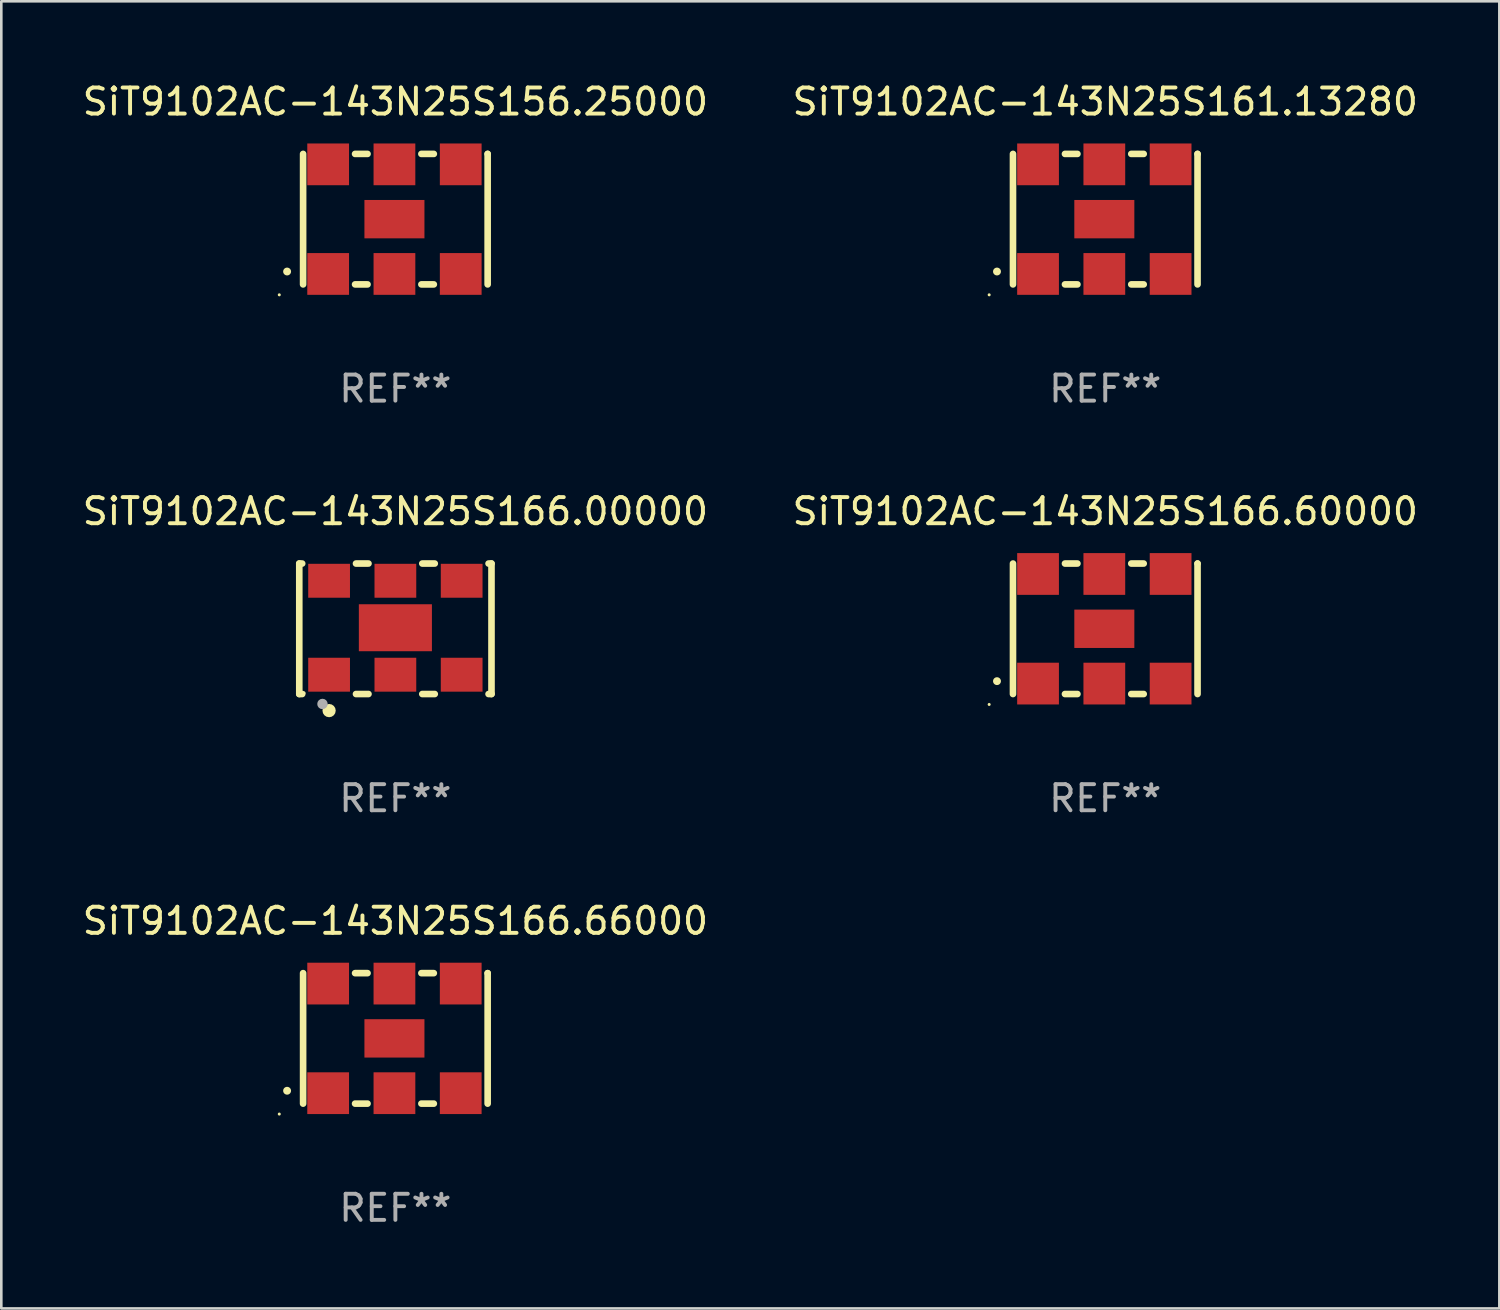
<source format=kicad_pcb>
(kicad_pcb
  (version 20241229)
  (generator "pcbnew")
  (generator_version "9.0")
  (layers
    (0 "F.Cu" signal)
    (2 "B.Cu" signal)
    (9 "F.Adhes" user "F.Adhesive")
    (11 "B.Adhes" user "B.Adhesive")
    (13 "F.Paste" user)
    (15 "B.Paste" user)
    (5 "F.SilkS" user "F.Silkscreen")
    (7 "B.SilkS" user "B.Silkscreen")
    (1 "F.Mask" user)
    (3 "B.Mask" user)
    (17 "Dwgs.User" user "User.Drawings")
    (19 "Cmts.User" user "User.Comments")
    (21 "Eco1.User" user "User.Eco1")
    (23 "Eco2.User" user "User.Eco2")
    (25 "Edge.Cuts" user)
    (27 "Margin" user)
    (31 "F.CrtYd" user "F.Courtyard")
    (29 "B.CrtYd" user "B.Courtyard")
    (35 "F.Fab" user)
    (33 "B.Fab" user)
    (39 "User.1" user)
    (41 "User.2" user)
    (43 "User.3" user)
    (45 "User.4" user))
  (footprint "SiT9102AC-143N25S161.13280"
    (layer "F.Cu")
    (at 39.304 5.348)
    (property "Reference" "SiT9102AC-143N25S161.13280" (at 0 -4.5 0) (layer "F.SilkS") (effects (font (size 1 1) (thickness 0.15))))
    (attr through_hole)
    (fp_line (start -3.536 -2.5) (end -3.536 2.5) (stroke (width 0.254) (type solid)) (layer "F.SilkS"))
    (fp_line (start -1.544 2.5) (end -1.067 2.5) (stroke (width 0.254) (type solid)) (layer "F.SilkS"))
    (fp_line (start -1.067 -2.5) (end -1.544 -2.5) (stroke (width 0.254) (type solid)) (layer "F.SilkS"))
    (fp_line (start 0.996 2.5) (end 1.473 2.5) (stroke (width 0.254) (type solid)) (layer "F.SilkS"))
    (fp_line (start 1.473 -2.5) (end 0.996 -2.5) (stroke (width 0.254) (type solid)) (layer "F.SilkS"))
    (fp_line (start 3.536 -2.5) (end 3.536 -2.5) (stroke (width 0.254) (type solid)) (layer "F.SilkS"))
    (fp_line (start 3.536 2.5) (end 3.536 -2.5) (stroke (width 0.254) (type solid)) (layer "F.SilkS"))
    (fp_arc (start -4.150432 2.006604) (mid -4.149162 2.006599) (end -4.147892 2.006604) (stroke (width 0.3) (type solid)) (layer "F.SilkS"))
    (fp_circle (center -4.449 2.9) (end -4.419 2.9) (stroke (width 0.06) (type solid)) (fill no) (layer "F.SilkS"))
    (fp_text user "REF**" (at 0 6.5 0) (layer "F.Fab") (effects (font (size 1 1) (thickness 0.15))))
    (pad "1" smd rect (at -2.576 2.1) (size 1.6 1.6) (layers "F.Cu" "F.Mask" "F.Paste"))
    (pad "2" smd rect (at -0.036 2.1) (size 1.6 1.6) (layers "F.Cu" "F.Mask" "F.Paste"))
    (pad "3" smd rect (at 2.504 2.1) (size 1.6 1.6) (layers "F.Cu" "F.Mask" "F.Paste"))
    (pad "4" smd rect (at 2.504 -2.1) (size 1.6 1.6) (layers "F.Cu" "F.Mask" "F.Paste"))
    (pad "5" smd rect (at -0.036 -2.1) (size 1.6 1.6) (layers "F.Cu" "F.Mask" "F.Paste"))
    (pad "6" smd rect (at -2.576 -2.1) (size 1.6 1.6) (layers "F.Cu" "F.Mask" "F.Paste"))
    (pad "7" smd rect (at -0.036 0) (size 2.3 1.47) (layers "F.Cu" "F.Mask" "F.Paste")))
  (footprint "SiT9102AC-143N25S166.00000"
    (layer "F.Cu")
    (at 12.101 21.045)
    (property "Reference" "SiT9102AC-143N25S166.00000" (at 0 -4.5 0) (layer "F.SilkS") (effects (font (size 1 1) (thickness 0.15))))
    (attr through_hole)
    (fp_line (start -3.683 -2.5) (end -3.571 -2.5) (stroke (width 0.254) (type solid)) (layer "F.SilkS"))
    (fp_line (start -3.683 2.5) (end -3.683 -2.5) (stroke (width 0.254) (type solid)) (layer "F.SilkS"))
    (fp_line (start -3.683 2.5) (end -3.571 2.5) (stroke (width 0.254) (type solid)) (layer "F.SilkS"))
    (fp_line (start -1.509 -2.5) (end -1.031 -2.5) (stroke (width 0.254) (type solid)) (layer "F.SilkS"))
    (fp_line (start -1.509 2.5) (end -1.031 2.5) (stroke (width 0.254) (type solid)) (layer "F.SilkS"))
    (fp_line (start 1.031 -2.5) (end 1.509 -2.5) (stroke (width 0.254) (type solid)) (layer "F.SilkS"))
    (fp_line (start 1.031 2.5) (end 1.509 2.5) (stroke (width 0.254) (type solid)) (layer "F.SilkS"))
    (fp_line (start 3.571 -2.5) (end 3.683 -2.5) (stroke (width 0.254) (type solid)) (layer "F.SilkS"))
    (fp_line (start 3.571 2.5) (end 3.683 2.5) (stroke (width 0.254) (type solid)) (layer "F.SilkS"))
    (fp_line (start 3.683 2.5) (end 3.683 -2.5) (stroke (width 0.254) (type solid)) (layer "F.SilkS"))
    (fp_circle (center -3.5 2.46) (end -3.47 2.46) (stroke (width 0.06) (type solid)) (fill no) (layer "F.SilkS"))
    (fp_circle (center -2.54 3.135) (end -2.413 3.135) (stroke (width 0.254) (type solid)) (fill no) (layer "F.SilkS"))
    (fp_circle (center -2.794 2.881) (end -2.694 2.881) (stroke (width 0.2) (type solid)) (fill no) (layer "F.Fab"))
    (fp_text user "REF**" (at 0 6.5 0) (layer "F.Fab") (effects (font (size 1 1) (thickness 0.15))))
    (pad "1" smd rect (at -2.54 1.76) (size 1.6 1.3) (layers "F.Cu" "F.Mask" "F.Paste"))
    (pad "2" smd rect (at 0 1.76) (size 1.6 1.3) (layers "F.Cu" "F.Mask" "F.Paste"))
    (pad "3" smd rect (at 2.54 1.76) (size 1.6 1.3) (layers "F.Cu" "F.Mask" "F.Paste"))
    (pad "4" smd rect (at 2.54 -1.84) (size 1.6 1.3) (layers "F.Cu" "F.Mask" "F.Paste"))
    (pad "5" smd rect (at 0 -1.84) (size 1.6 1.3) (layers "F.Cu" "F.Mask" "F.Paste"))
    (pad "6" smd rect (at -2.54 -1.84) (size 1.6 1.3) (layers "F.Cu" "F.Mask" "F.Paste"))
    (pad "7" smd rect (at 0 -0.04) (size 2.8 1.8) (layers "F.Cu" "F.Mask" "F.Paste")))
  (footprint "SiT9102AC-143N25S166.66000"
    (layer "F.Cu")
    (at 12.101 36.741)
    (property "Reference" "SiT9102AC-143N25S166.66000" (at 0 -4.5 0) (layer "F.SilkS") (effects (font (size 1 1) (thickness 0.15))))
    (attr through_hole)
    (fp_line (start -3.536 -2.5) (end -3.536 2.5) (stroke (width 0.254) (type solid)) (layer "F.SilkS"))
    (fp_line (start -1.544 2.5) (end -1.067 2.5) (stroke (width 0.254) (type solid)) (layer "F.SilkS"))
    (fp_line (start -1.067 -2.5) (end -1.544 -2.5) (stroke (width 0.254) (type solid)) (layer "F.SilkS"))
    (fp_line (start 0.996 2.5) (end 1.473 2.5) (stroke (width 0.254) (type solid)) (layer "F.SilkS"))
    (fp_line (start 1.473 -2.5) (end 0.996 -2.5) (stroke (width 0.254) (type solid)) (layer "F.SilkS"))
    (fp_line (start 3.536 -2.5) (end 3.536 -2.5) (stroke (width 0.254) (type solid)) (layer "F.SilkS"))
    (fp_line (start 3.536 2.5) (end 3.536 -2.5) (stroke (width 0.254) (type solid)) (layer "F.SilkS"))
    (fp_arc (start -4.150432 2.006604) (mid -4.149162 2.006599) (end -4.147892 2.006604) (stroke (width 0.3) (type solid)) (layer "F.SilkS"))
    (fp_circle (center -4.449 2.9) (end -4.419 2.9) (stroke (width 0.06) (type solid)) (fill no) (layer "F.SilkS"))
    (fp_text user "REF**" (at 0 6.5 0) (layer "F.Fab") (effects (font (size 1 1) (thickness 0.15))))
    (pad "1" smd rect (at -2.576 2.1) (size 1.6 1.6) (layers "F.Cu" "F.Mask" "F.Paste"))
    (pad "2" smd rect (at -0.036 2.1) (size 1.6 1.6) (layers "F.Cu" "F.Mask" "F.Paste"))
    (pad "3" smd rect (at 2.504 2.1) (size 1.6 1.6) (layers "F.Cu" "F.Mask" "F.Paste"))
    (pad "4" smd rect (at 2.504 -2.1) (size 1.6 1.6) (layers "F.Cu" "F.Mask" "F.Paste"))
    (pad "5" smd rect (at -0.036 -2.1) (size 1.6 1.6) (layers "F.Cu" "F.Mask" "F.Paste"))
    (pad "6" smd rect (at -2.576 -2.1) (size 1.6 1.6) (layers "F.Cu" "F.Mask" "F.Paste"))
    (pad "7" smd rect (at -0.036 0) (size 2.3 1.47) (layers "F.Cu" "F.Mask" "F.Paste")))
  (footprint "SiT9102AC-143N25S156.25000"
    (layer "F.Cu")
    (at 12.101 5.348)
    (property "Reference" "SiT9102AC-143N25S156.25000" (at 0 -4.5 0) (layer "F.SilkS") (effects (font (size 1 1) (thickness 0.15))))
    (attr through_hole)
    (fp_line (start -3.536 -2.5) (end -3.536 2.5) (stroke (width 0.254) (type solid)) (layer "F.SilkS"))
    (fp_line (start -1.544 2.5) (end -1.067 2.5) (stroke (width 0.254) (type solid)) (layer "F.SilkS"))
    (fp_line (start -1.067 -2.5) (end -1.544 -2.5) (stroke (width 0.254) (type solid)) (layer "F.SilkS"))
    (fp_line (start 0.996 2.5) (end 1.473 2.5) (stroke (width 0.254) (type solid)) (layer "F.SilkS"))
    (fp_line (start 1.473 -2.5) (end 0.996 -2.5) (stroke (width 0.254) (type solid)) (layer "F.SilkS"))
    (fp_line (start 3.536 -2.5) (end 3.536 -2.5) (stroke (width 0.254) (type solid)) (layer "F.SilkS"))
    (fp_line (start 3.536 2.5) (end 3.536 -2.5) (stroke (width 0.254) (type solid)) (layer "F.SilkS"))
    (fp_arc (start -4.150432 2.006604) (mid -4.149162 2.006599) (end -4.147892 2.006604) (stroke (width 0.3) (type solid)) (layer "F.SilkS"))
    (fp_circle (center -4.449 2.9) (end -4.419 2.9) (stroke (width 0.06) (type solid)) (fill no) (layer "F.SilkS"))
    (fp_text user "REF**" (at 0 6.5 0) (layer "F.Fab") (effects (font (size 1 1) (thickness 0.15))))
    (pad "1" smd rect (at -2.576 2.1) (size 1.6 1.6) (layers "F.Cu" "F.Mask" "F.Paste"))
    (pad "2" smd rect (at -0.036 2.1) (size 1.6 1.6) (layers "F.Cu" "F.Mask" "F.Paste"))
    (pad "3" smd rect (at 2.504 2.1) (size 1.6 1.6) (layers "F.Cu" "F.Mask" "F.Paste"))
    (pad "4" smd rect (at 2.504 -2.1) (size 1.6 1.6) (layers "F.Cu" "F.Mask" "F.Paste"))
    (pad "5" smd rect (at -0.036 -2.1) (size 1.6 1.6) (layers "F.Cu" "F.Mask" "F.Paste"))
    (pad "6" smd rect (at -2.576 -2.1) (size 1.6 1.6) (layers "F.Cu" "F.Mask" "F.Paste"))
    (pad "7" smd rect (at -0.036 0) (size 2.3 1.47) (layers "F.Cu" "F.Mask" "F.Paste")))
  (footprint "SiT9102AC-143N25S166.60000"
    (layer "F.Cu")
    (at 39.304 21.045)
    (property "Reference" "SiT9102AC-143N25S166.60000" (at 0 -4.5 0) (layer "F.SilkS") (effects (font (size 1 1) (thickness 0.15))))
    (attr through_hole)
    (fp_line (start -3.536 -2.5) (end -3.536 2.5) (stroke (width 0.254) (type solid)) (layer "F.SilkS"))
    (fp_line (start -1.544 2.5) (end -1.067 2.5) (stroke (width 0.254) (type solid)) (layer "F.SilkS"))
    (fp_line (start -1.067 -2.5) (end -1.544 -2.5) (stroke (width 0.254) (type solid)) (layer "F.SilkS"))
    (fp_line (start 0.996 2.5) (end 1.473 2.5) (stroke (width 0.254) (type solid)) (layer "F.SilkS"))
    (fp_line (start 1.473 -2.5) (end 0.996 -2.5) (stroke (width 0.254) (type solid)) (layer "F.SilkS"))
    (fp_line (start 3.536 -2.5) (end 3.536 -2.5) (stroke (width 0.254) (type solid)) (layer "F.SilkS"))
    (fp_line (start 3.536 2.5) (end 3.536 -2.5) (stroke (width 0.254) (type solid)) (layer "F.SilkS"))
    (fp_arc (start -4.150432 2.006604) (mid -4.149162 2.006599) (end -4.147892 2.006604) (stroke (width 0.3) (type solid)) (layer "F.SilkS"))
    (fp_circle (center -4.449 2.9) (end -4.419 2.9) (stroke (width 0.06) (type solid)) (fill no) (layer "F.SilkS"))
    (fp_text user "REF**" (at 0 6.5 0) (layer "F.Fab") (effects (font (size 1 1) (thickness 0.15))))
    (pad "1" smd rect (at -2.576 2.1) (size 1.6 1.6) (layers "F.Cu" "F.Mask" "F.Paste"))
    (pad "2" smd rect (at -0.036 2.1) (size 1.6 1.6) (layers "F.Cu" "F.Mask" "F.Paste"))
    (pad "3" smd rect (at 2.504 2.1) (size 1.6 1.6) (layers "F.Cu" "F.Mask" "F.Paste"))
    (pad "4" smd rect (at 2.504 -2.1) (size 1.6 1.6) (layers "F.Cu" "F.Mask" "F.Paste"))
    (pad "5" smd rect (at -0.036 -2.1) (size 1.6 1.6) (layers "F.Cu" "F.Mask" "F.Paste"))
    (pad "6" smd rect (at -2.576 -2.1) (size 1.6 1.6) (layers "F.Cu" "F.Mask" "F.Paste"))
    (pad "7" smd rect (at -0.036 0) (size 2.3 1.47) (layers "F.Cu" "F.Mask" "F.Paste")))
  (gr_rect
    (start -3 -3)
    (end 54.405 47.09)
    (stroke (width 0.1) (type default))
    (fill no)
    (layer "Edge.Cuts")))
</source>
